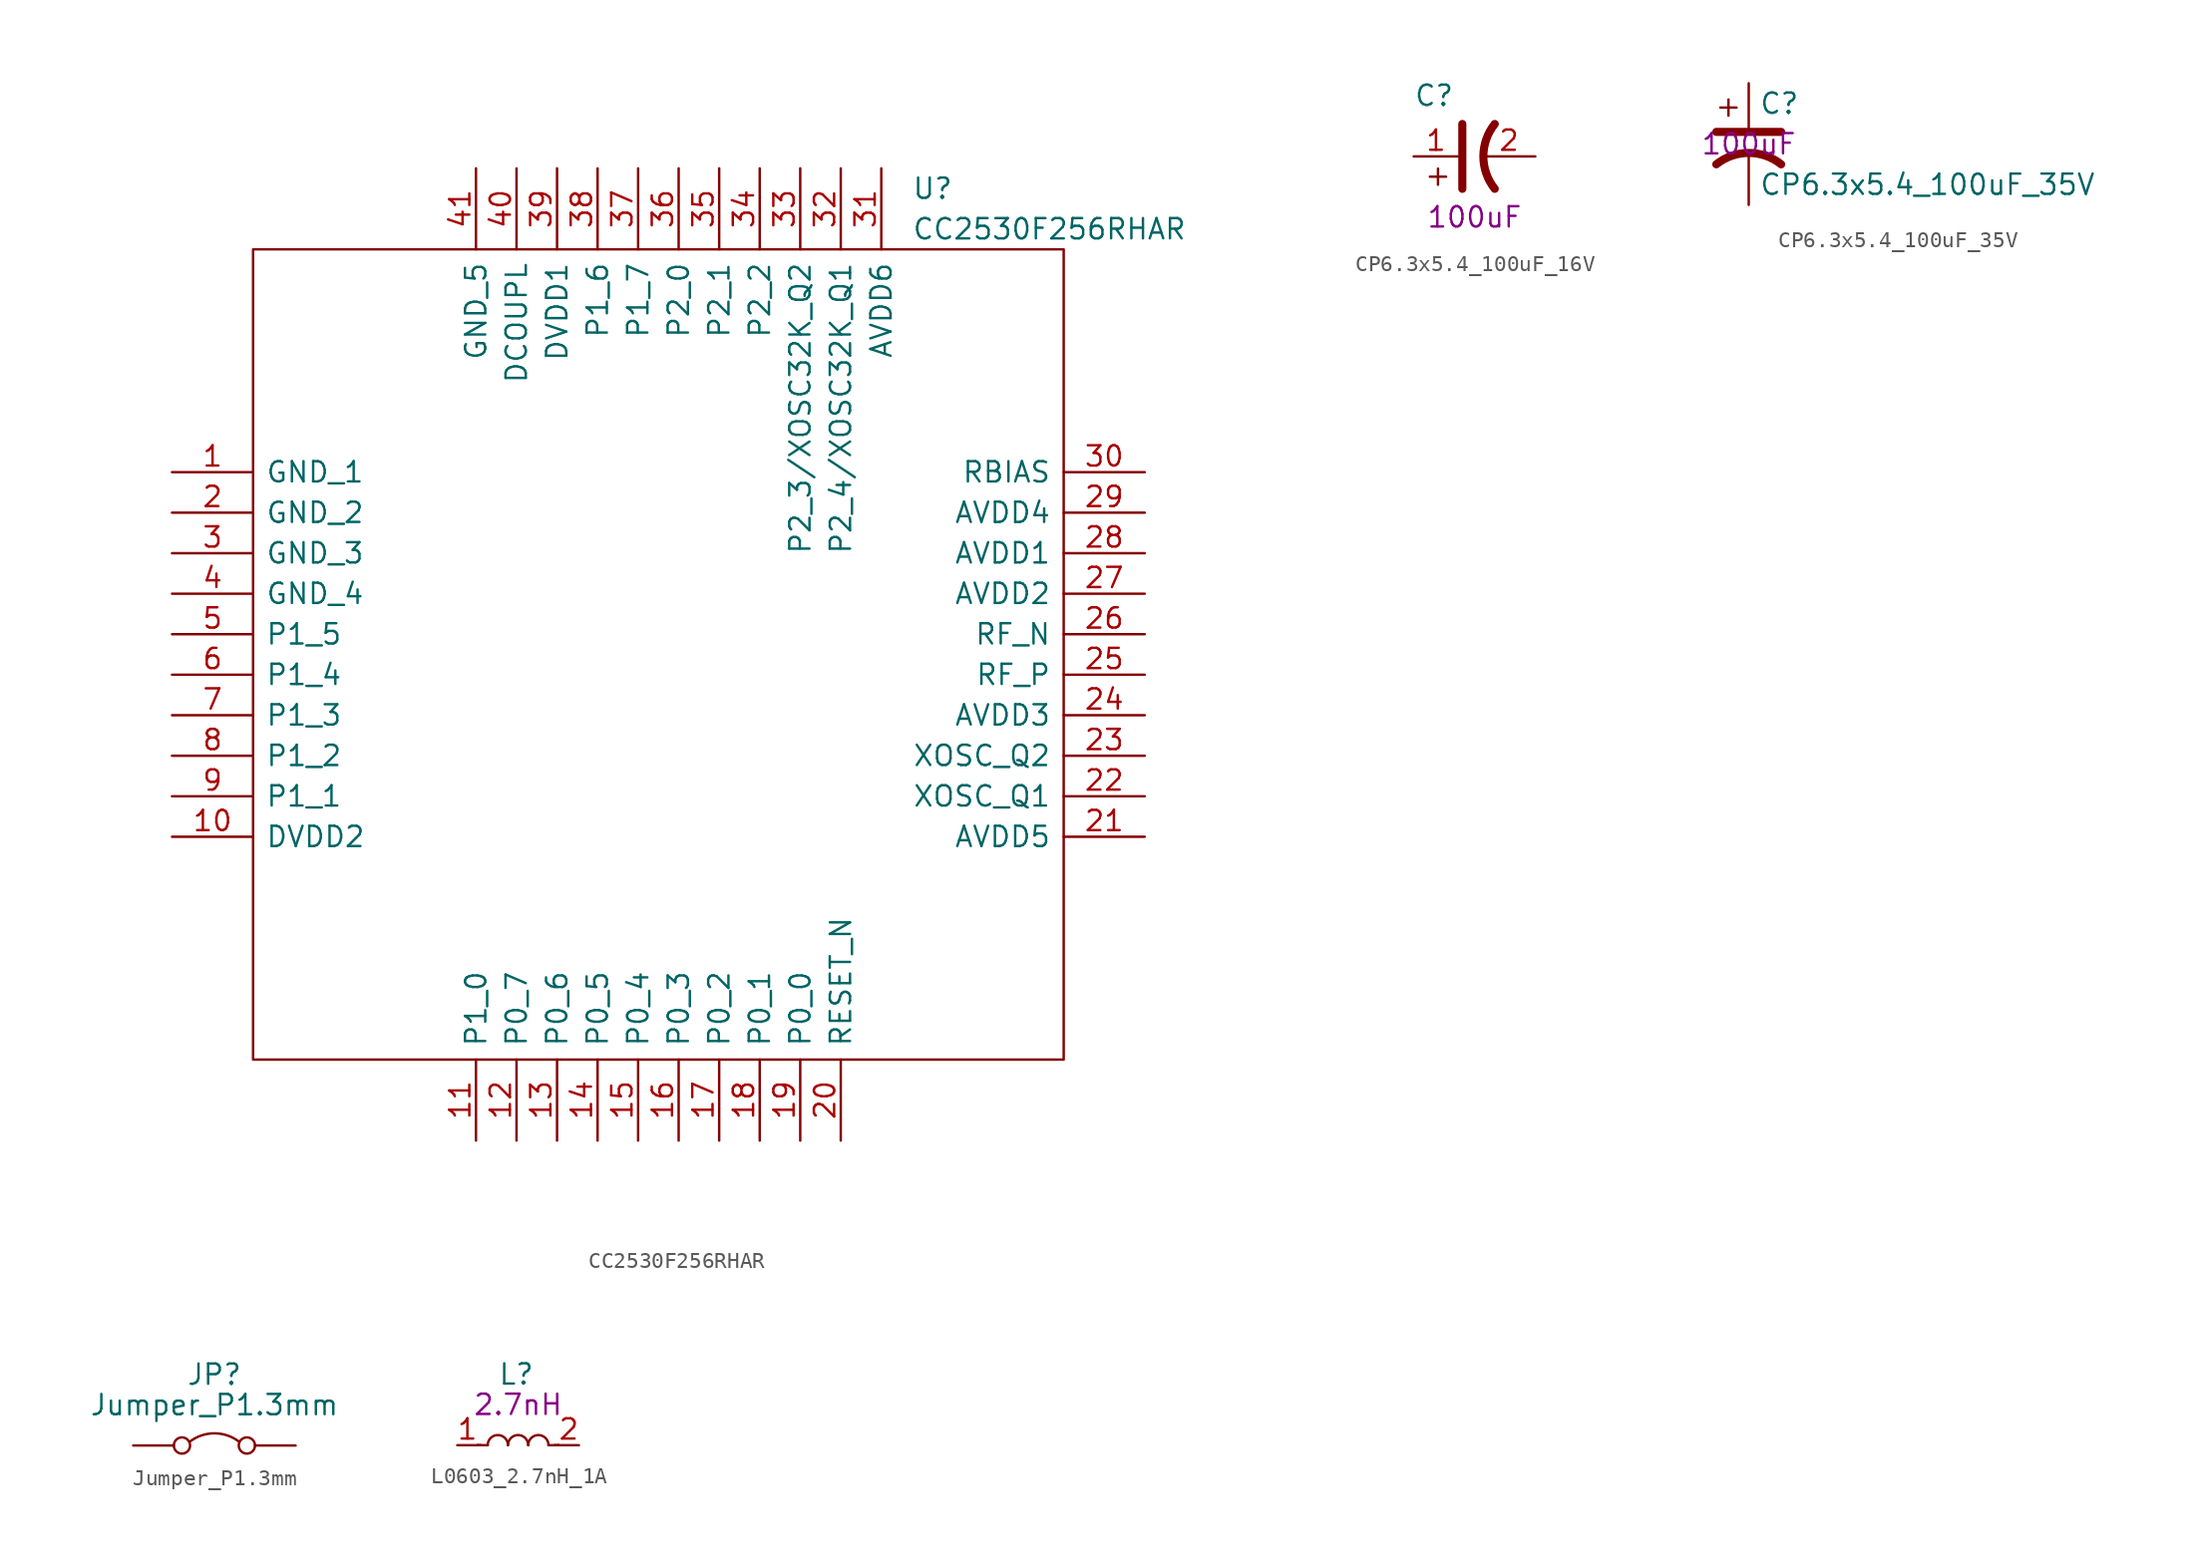
<source format=kicad_sym>
(kicad_symbol_lib
  (version 20211014)
  (generator kicad_symbol_editor)
  (symbol "CC2530F256RHAR"
    (pin_names
      (offset 0.762))
    (property "Reference" "U"
      (at 15.875 29.21 0)
      (effects (font (size 1.27 1.27)) (justify left)))
    (property "Value" "CC2530F256RHAR"
      (at 15.875 26.67 0)
      (effects (font (size 1.27 1.27)) (justify left)))
    (symbol "CC2530F256RHAR_0_0"
      (pin passive line (at -30.48 11.43 0) (length 5.08) (name "GND_1" (effects (font (size 1.27 1.27)))) (number "1" (effects (font (size 1.27 1.27)))))
      (pin passive line (at -30.48 -11.43 0) (length 5.08) (name "DVDD2" (effects (font (size 1.27 1.27)))) (number "10" (effects (font (size 1.27 1.27)))))
      (pin passive line (at -11.43 -30.48 90) (length 5.08) (name "P1_0" (effects (font (size 1.27 1.27)))) (number "11" (effects (font (size 1.27 1.27)))))
      (pin passive line (at -8.89 -30.48 90) (length 5.08) (name "P0_7" (effects (font (size 1.27 1.27)))) (number "12" (effects (font (size 1.27 1.27)))))
      (pin passive line (at -6.35 -30.48 90) (length 5.08) (name "P0_6" (effects (font (size 1.27 1.27)))) (number "13" (effects (font (size 1.27 1.27)))))
      (pin passive line (at -3.81 -30.48 90) (length 5.08) (name "P0_5" (effects (font (size 1.27 1.27)))) (number "14" (effects (font (size 1.27 1.27)))))
      (pin passive line (at -1.27 -30.48 90) (length 5.08) (name "P0_4" (effects (font (size 1.27 1.27)))) (number "15" (effects (font (size 1.27 1.27)))))
      (pin passive line (at 1.27 -30.48 90) (length 5.08) (name "P0_3" (effects (font (size 1.27 1.27)))) (number "16" (effects (font (size 1.27 1.27)))))
      (pin passive line (at 3.81 -30.48 90) (length 5.08) (name "P0_2" (effects (font (size 1.27 1.27)))) (number "17" (effects (font (size 1.27 1.27)))))
      (pin passive line (at 6.35 -30.48 90) (length 5.08) (name "P0_1" (effects (font (size 1.27 1.27)))) (number "18" (effects (font (size 1.27 1.27)))))
      (pin passive line (at 8.89 -30.48 90) (length 5.08) (name "P0_0" (effects (font (size 1.27 1.27)))) (number "19" (effects (font (size 1.27 1.27)))))
      (pin passive line (at -30.48 8.89 0) (length 5.08) (name "GND_2" (effects (font (size 1.27 1.27)))) (number "2" (effects (font (size 1.27 1.27)))))
      (pin passive line (at 11.43 -30.48 90) (length 5.08) (name "RESET_N" (effects (font (size 1.27 1.27)))) (number "20" (effects (font (size 1.27 1.27)))))
      (pin passive line (at 30.48 -11.43 180) (length 5.08) (name "AVDD5" (effects (font (size 1.27 1.27)))) (number "21" (effects (font (size 1.27 1.27)))))
      (pin passive line (at 30.48 -8.89 180) (length 5.08) (name "XOSC_Q1" (effects (font (size 1.27 1.27)))) (number "22" (effects (font (size 1.27 1.27)))))
      (pin passive line (at 30.48 -6.35 180) (length 5.08) (name "XOSC_Q2" (effects (font (size 1.27 1.27)))) (number "23" (effects (font (size 1.27 1.27)))))
      (pin passive line (at 30.48 -3.81 180) (length 5.08) (name "AVDD3" (effects (font (size 1.27 1.27)))) (number "24" (effects (font (size 1.27 1.27)))))
      (pin passive line (at 30.48 -1.27 180) (length 5.08) (name "RF_P" (effects (font (size 1.27 1.27)))) (number "25" (effects (font (size 1.27 1.27)))))
      (pin passive line (at 30.48 1.27 180) (length 5.08) (name "RF_N" (effects (font (size 1.27 1.27)))) (number "26" (effects (font (size 1.27 1.27)))))
      (pin passive line (at 30.48 3.81 180) (length 5.08) (name "AVDD2" (effects (font (size 1.27 1.27)))) (number "27" (effects (font (size 1.27 1.27)))))
      (pin passive line (at 30.48 6.35 180) (length 5.08) (name "AVDD1" (effects (font (size 1.27 1.27)))) (number "28" (effects (font (size 1.27 1.27)))))
      (pin passive line (at 30.48 8.89 180) (length 5.08) (name "AVDD4" (effects (font (size 1.27 1.27)))) (number "29" (effects (font (size 1.27 1.27)))))
      (pin passive line (at -30.48 6.35 0) (length 5.08) (name "GND_3" (effects (font (size 1.27 1.27)))) (number "3" (effects (font (size 1.27 1.27)))))
      (pin passive line (at 30.48 11.43 180) (length 5.08) (name "RBIAS" (effects (font (size 1.27 1.27)))) (number "30" (effects (font (size 1.27 1.27)))))
      (pin passive line (at 13.97 30.48 270) (length 5.08) (name "AVDD6" (effects (font (size 1.27 1.27)))) (number "31" (effects (font (size 1.27 1.27)))))
      (pin passive line (at 11.43 30.48 270) (length 5.08) (name "P2_4/XOSC32K_Q1" (effects (font (size 1.27 1.27)))) (number "32" (effects (font (size 1.27 1.27)))))
      (pin passive line (at 8.89 30.48 270) (length 5.08) (name "P2_3/XOSC32K_Q2" (effects (font (size 1.27 1.27)))) (number "33" (effects (font (size 1.27 1.27)))))
      (pin passive line (at 6.35 30.48 270) (length 5.08) (name "P2_2" (effects (font (size 1.27 1.27)))) (number "34" (effects (font (size 1.27 1.27)))))
      (pin passive line (at 3.81 30.48 270) (length 5.08) (name "P2_1" (effects (font (size 1.27 1.27)))) (number "35" (effects (font (size 1.27 1.27)))))
      (pin passive line (at 1.27 30.48 270) (length 5.08) (name "P2_0" (effects (font (size 1.27 1.27)))) (number "36" (effects (font (size 1.27 1.27)))))
      (pin passive line (at -1.27 30.48 270) (length 5.08) (name "P1_7" (effects (font (size 1.27 1.27)))) (number "37" (effects (font (size 1.27 1.27)))))
      (pin passive line (at -3.81 30.48 270) (length 5.08) (name "P1_6" (effects (font (size 1.27 1.27)))) (number "38" (effects (font (size 1.27 1.27)))))
      (pin passive line (at -6.35 30.48 270) (length 5.08) (name "DVDD1" (effects (font (size 1.27 1.27)))) (number "39" (effects (font (size 1.27 1.27)))))
      (pin passive line (at -30.48 3.81 0) (length 5.08) (name "GND_4" (effects (font (size 1.27 1.27)))) (number "4" (effects (font (size 1.27 1.27)))))
      (pin passive line (at -8.89 30.48 270) (length 5.08) (name "DCOUPL" (effects (font (size 1.27 1.27)))) (number "40" (effects (font (size 1.27 1.27)))))
      (pin passive line (at -11.43 30.48 270) (length 5.08) (name "GND_5" (effects (font (size 1.27 1.27)))) (number "41" (effects (font (size 1.27 1.27)))))
      (pin passive line (at -30.48 1.27 0) (length 5.08) (name "P1_5" (effects (font (size 1.27 1.27)))) (number "5" (effects (font (size 1.27 1.27)))))
      (pin passive line (at -30.48 -1.27 0) (length 5.08) (name "P1_4" (effects (font (size 1.27 1.27)))) (number "6" (effects (font (size 1.27 1.27)))))
      (pin passive line (at -30.48 -3.81 0) (length 5.08) (name "P1_3" (effects (font (size 1.27 1.27)))) (number "7" (effects (font (size 1.27 1.27)))))
      (pin passive line (at -30.48 -6.35 0) (length 5.08) (name "P1_2" (effects (font (size 1.27 1.27)))) (number "8" (effects (font (size 1.27 1.27)))))
      (pin passive line (at -30.48 -8.89 0) (length 5.08) (name "P1_1" (effects (font (size 1.27 1.27)))) (number "9" (effects (font (size 1.27 1.27))))))
    (symbol "CC2530F256RHAR_0_1"
      (rectangle (start -25.4 25.4) (end 25.4 -25.4) (stroke (width 0) (type default) (color 0 0 0 0)) (fill (type none)))))
  (symbol "CP6.3x5.4_100uF_16V"
    (pin_names
      (offset 0.762))
    (property "Reference" "C"
      (at -3.81 3.81 0)
      (effects (font (size 1.27 1.27)) (justify left)))
    (property "Symbol" "100uF"
      (at 0 -3.81 0)
      (effects (font (size 1.27 1.27))))
    (symbol "CP6.3x5.4_100uF_16V_1_1"
      (polyline (pts (xy -2.286 -1.778) (xy -2.286 -0.762)) (stroke (width 0) (type default) (color 0 0 0 0)) (fill (type none)))
      (polyline (pts (xy -1.778 -1.27) (xy -2.794 -1.27)) (stroke (width 0) (type default) (color 0 0 0 0)) (fill (type none)))
      (polyline (pts (xy -0.762 -2.032) (xy -0.762 2.032)) (stroke (width 0.508) (type default) (color 0 0 0 0)) (fill (type none)))
      (arc (start 1.27 2.032) (mid 0.5572 0) (end 1.27 -2.032) (stroke (width 0.508) (type default) (color 0 0 0 0)) (fill (type none)))
      (pin passive line (at -3.81 0 0) (length 2.794) (name "~" (effects (font (size 1.27 1.27)))) (number "1" (effects (font (size 1.27 1.27)))))
      (pin passive line (at 3.81 0 180) (length 3.302) (name "~" (effects (font (size 1.27 1.27)))) (number "2" (effects (font (size 1.27 1.27)))))))
  (symbol "CP6.3x5.4_100uF_35V"
    (pin_numbers hide)
    (pin_names
      (offset 0.254) hide)
    (property "Reference" "C"
      (at 0.635 2.54 0)
      (effects (font (size 1.27 1.27)) (justify left)))
    (property "Value" "CP6.3x5.4_100uF_35V"
      (at 0.635 -2.54 0)
      (effects (font (size 1.27 1.27)) (justify left)))
    (property "Symbol" "100uF"
      (at 0 0 0)
      (effects (font (size 1.27 1.27))))
    (symbol "CP6.3x5.4_100uF_35V_0_1"
      (polyline (pts (xy -2.032 0.762) (xy 2.032 0.762)) (stroke (width 0.508) (type default) (color 0 0 0 0)) (fill (type none)))
      (polyline (pts (xy -1.778 2.286) (xy -0.762 2.286)) (stroke (width 0) (type default) (color 0 0 0 0)) (fill (type none)))
      (polyline (pts (xy -1.27 1.778) (xy -1.27 2.794)) (stroke (width 0) (type default) (color 0 0 0 0)) (fill (type none)))
      (arc (start 2.032 -1.27) (mid 0 -0.5572) (end -2.032 -1.27) (stroke (width 0.508) (type default) (color 0 0 0 0)) (fill (type none))))
    (symbol "CP6.3x5.4_100uF_35V_1_1"
      (pin passive line (at 0 3.81 270) (length 2.794) (name "~" (effects (font (size 1.27 1.27)))) (number "1" (effects (font (size 1.27 1.27)))))
      (pin passive line (at 0 -3.81 90) (length 3.302) (name "~" (effects (font (size 1.27 1.27)))) (number "2" (effects (font (size 1.27 1.27)))))))
  (symbol "Jumper_P1.3mm"
    (pin_numbers hide)
    (pin_names
      (offset 1.016))
    (property "Reference" "JP"
      (at 0 6.985 0)
      (effects (font (size 1.27 1.27))))
    (property "Value" "Jumper_P1.3mm"
      (at 0 5.08 0)
      (effects (font (size 1.27 1.27))))
    (symbol "Jumper_P1.3mm_0_0"
      (circle (center -2.032 2.54) (radius 0.508) (stroke (width 0) (type default) (color 0 0 0 0)) (fill (type none)))
      (circle (center 2.032 2.54) (radius 0.508) (stroke (width 0) (type default) (color 0 0 0 0)) (fill (type none))))
    (symbol "Jumper_P1.3mm_0_1"
      (arc (start 1.524 2.794) (mid 0 3.302) (end -1.524 2.794) (stroke (width 0) (type default) (color 0 0 0 0)) (fill (type none))))
    (symbol "Jumper_P1.3mm_1_1"
      (pin passive line (at -5.08 2.54 0) (length 2.54) (name "~" (effects (font (size 1.27 1.27)))) (number "1" (effects (font (size 1.27 1.27)))))
      (pin passive line (at 5.08 2.54 180) (length 2.54) (name "~" (effects (font (size 1.27 1.27)))) (number "2" (effects (font (size 1.27 1.27)))))))
  (symbol "L0603_2.7nH_1A"
    (pin_names
      (offset 1.016))
    (property "Reference" "L"
      (at -1.27 4.445 0)
      (effects (font (size 1.27 1.27)) (justify left)))
    (property "Symbol" "2.7nH"
      (at 0 2.54 0)
      (effects (font (size 1.27 1.27))))
    (symbol "L0603_2.7nH_1A_1_1"
      (arc (start -0.635 0) (mid -1.27 0.635) (end -1.905 0) (stroke (width 0) (type default) (color 0 0 0 0)) (fill (type none)))
      (polyline (pts (xy -2.286 0) (xy -2.54 0)) (stroke (width 0) (type default) (color 0 0 0 0)) (fill (type none)))
      (polyline (pts (xy -1.905 0) (xy -2.54 0)) (stroke (width 0) (type default) (color 0 0 0 0)) (fill (type none)))
      (polyline (pts (xy 1.905 0) (xy 2.54 0)) (stroke (width 0) (type default) (color 0 0 0 0)) (fill (type none)))
      (polyline (pts (xy 2.286 0) (xy 2.54 0)) (stroke (width 0) (type default) (color 0 0 0 0)) (fill (type none)))
      (arc (start 0.635 0) (mid 0 0.635) (end -0.635 0) (stroke (width 0) (type default) (color 0 0 0 0)) (fill (type none)))
      (arc (start 1.905 0) (mid 1.27 0.635) (end 0.635 0) (stroke (width 0) (type default) (color 0 0 0 0)) (fill (type none)))
      (pin passive line (at -3.81 0 0) (length 1.27) (name "~" (effects (font (size 1.27 1.27)))) (number "1" (effects (font (size 1.27 1.27)))))
      (pin passive line (at 3.81 0 180) (length 1.27) (name "~" (effects (font (size 1.27 1.27)))) (number "2" (effects (font (size 1.27 1.27))))))))
</source>
